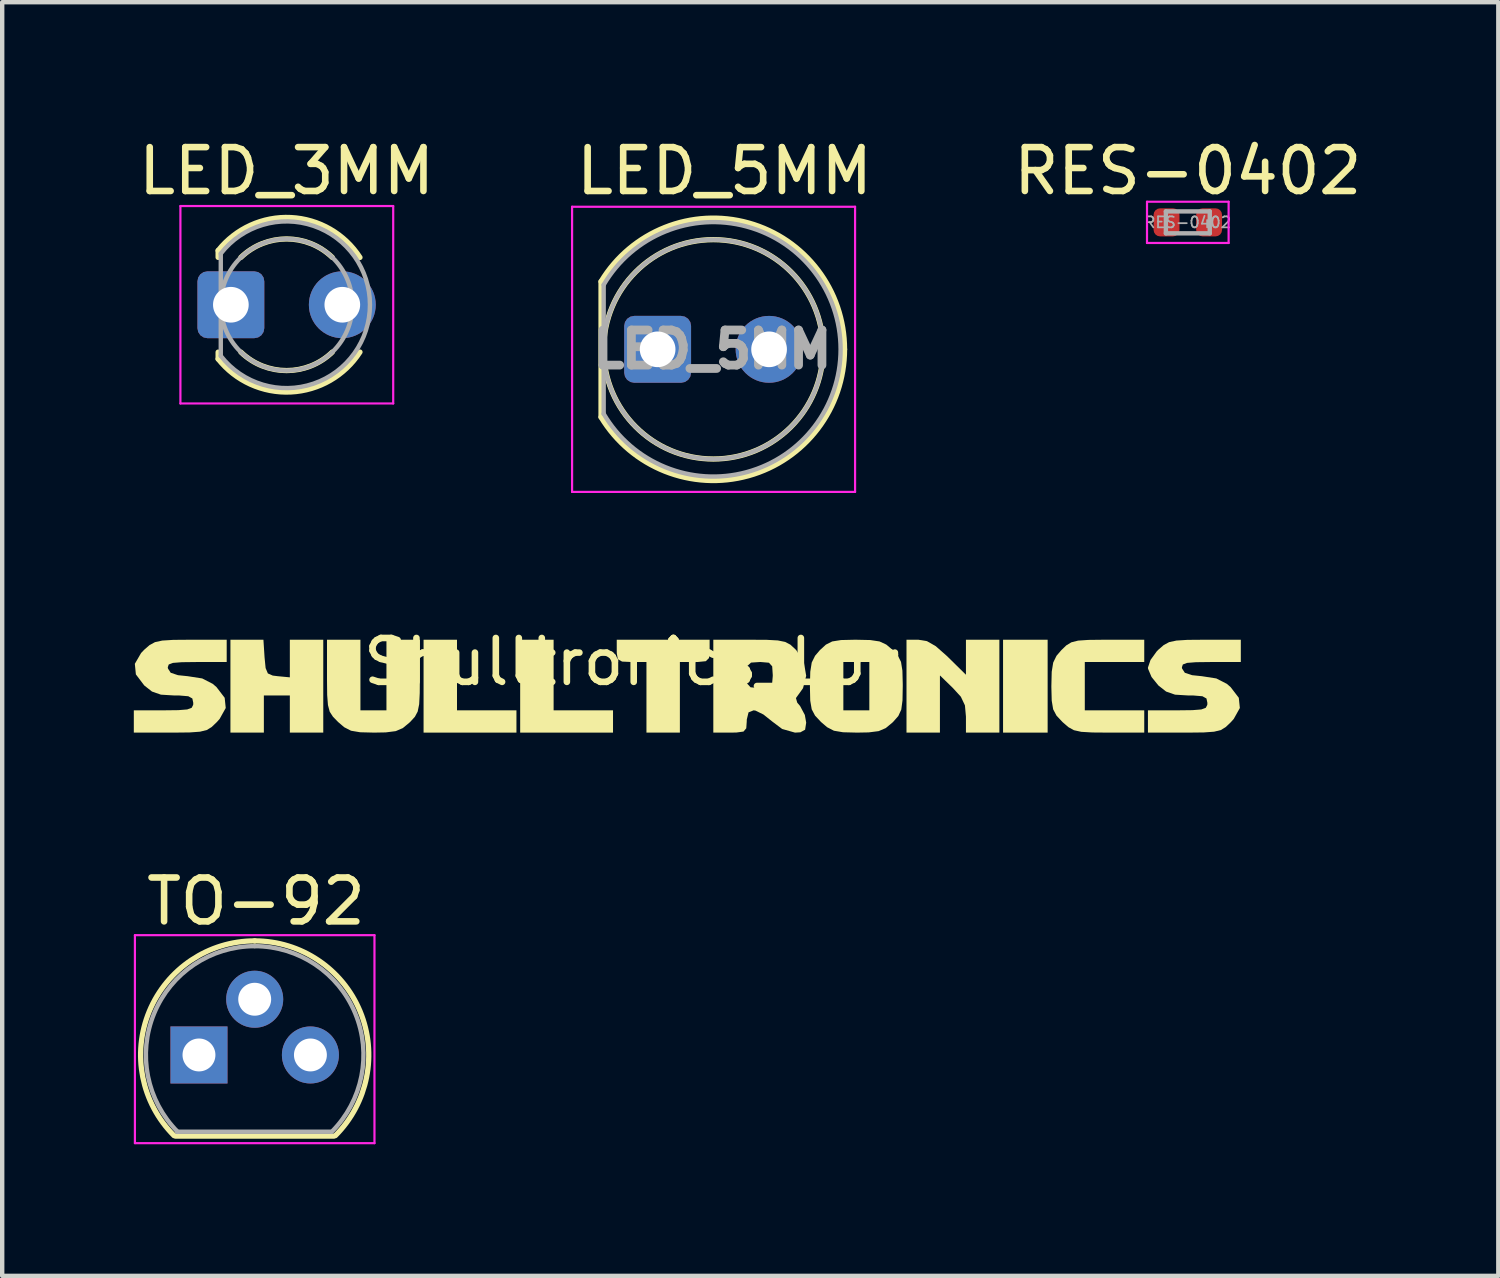
<source format=kicad_pcb>
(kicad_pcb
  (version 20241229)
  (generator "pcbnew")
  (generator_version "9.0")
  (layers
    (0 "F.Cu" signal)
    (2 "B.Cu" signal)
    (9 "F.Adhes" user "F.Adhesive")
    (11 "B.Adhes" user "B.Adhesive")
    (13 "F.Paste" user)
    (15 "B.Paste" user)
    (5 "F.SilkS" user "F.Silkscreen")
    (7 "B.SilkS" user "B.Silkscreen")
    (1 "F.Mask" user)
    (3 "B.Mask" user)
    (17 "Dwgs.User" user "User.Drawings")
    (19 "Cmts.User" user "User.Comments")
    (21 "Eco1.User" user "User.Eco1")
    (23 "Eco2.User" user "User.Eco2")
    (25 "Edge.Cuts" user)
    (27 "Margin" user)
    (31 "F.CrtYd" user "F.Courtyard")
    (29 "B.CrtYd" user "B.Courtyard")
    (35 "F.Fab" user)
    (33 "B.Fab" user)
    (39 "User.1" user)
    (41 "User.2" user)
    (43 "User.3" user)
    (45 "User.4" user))
  (footprint "LED_3MM"
    (layer "F.Cu")
    (at 2.212 3.896)
    (property "Reference" "LED_3MM" (at 1.27 -3.048 0) (layer "F.SilkS") (effects (font (size 1 1) (thickness 0.15))))
    (attr through_hole)
    (fp_line (start -0.29 -1.236) (end -0.29 -1.08) (stroke (width 0.12) (type solid)) (layer "F.SilkS"))
    (fp_line (start -0.29 1.08) (end -0.29 1.236) (stroke (width 0.12) (type solid)) (layer "F.SilkS"))
    (fp_arc (start -0.29 -1.235516) (mid 1.366487 -1.987659) (end 2.942335 -1.078608) (stroke (width 0.12) (type solid)) (layer "F.SilkS"))
    (fp_arc (start 0.229039 -1.08) (mid 1.270117 -1.5) (end 2.31113 -1.079837) (stroke (width 0.12) (type solid)) (layer "F.SilkS"))
    (fp_arc (start 2.31113 1.079837) (mid 1.270117 1.5) (end 0.229039 1.08) (stroke (width 0.12) (type solid)) (layer "F.SilkS"))
    (fp_arc (start 2.942335 1.078608) (mid 1.366487 1.987659) (end -0.29 1.235516) (stroke (width 0.12) (type solid)) (layer "F.SilkS"))
    (fp_line (start -1.15 -2.25) (end -1.15 2.25) (stroke (width 0.05) (type solid)) (layer "F.CrtYd"))
    (fp_line (start -1.15 2.25) (end 3.7 2.25) (stroke (width 0.05) (type solid)) (layer "F.CrtYd"))
    (fp_line (start 3.7 -2.25) (end -1.15 -2.25) (stroke (width 0.05) (type solid)) (layer "F.CrtYd"))
    (fp_line (start 3.7 2.25) (end 3.7 -2.25) (stroke (width 0.05) (type solid)) (layer "F.CrtYd"))
    (fp_line (start -0.23 -1.166) (end -0.23 1.166) (stroke (width 0.1) (type solid)) (layer "F.Fab"))
    (fp_arc (start -0.23 -1.16619) (mid 3.17 0.000452) (end -0.230555 1.165476) (stroke (width 0.1) (type solid)) (layer "F.Fab"))
    (fp_circle (center 1.27 0) (end 2.77 0) (stroke (width 0.1) (type solid)) (fill no) (layer "F.Fab"))
    (pad "1" thru_hole roundrect (at 0 0) (size 1.524 1.524) (drill 0.813) (layers "*.Cu" "*.Mask") (roundrect_rratio 0.15))
    (pad "2" thru_hole circle (at 2.54 0) (size 1.524 1.524) (drill 0.813) (layers "*.Cu" "*.Mask")))
  (footprint "Shulltronics_Logo"
    (layer "F.Cu")
    (at 11.87 12.536)
    (property "Reference" "Shulltronics_Logo" (at 0 -0.5 0) (unlocked yes) (layer "F.SilkS") (effects (font (size 1 1) (thickness 0.15))))
    (attr smd)
    (fp_poly (pts (xy 8.958 1.112) (xy 7.942 1.112) (xy 7.942 -1.005) (xy 8.958 -1.005)) (stroke (width 0) (type solid)) (fill yes) (layer "F.SilkS"))
    (fp_poly (pts (xy -4.504 0.604) (xy -3.149 0.604) (xy -3.149 1.112) (xy -5.266 1.112) (xy -5.266 -1.005) (xy -4.504 -1.005)) (stroke (width 0) (type solid)) (fill yes) (layer "F.SilkS"))
    (fp_poly (pts (xy -2.302 0.604) (xy -0.948 0.604) (xy -0.948 1.112) (xy -3.064 1.112) (xy -3.064 -1.005) (xy -2.302 -1.005)) (stroke (width 0) (type solid)) (fill yes) (layer "F.SilkS"))
    (fp_poly (pts (xy -8.89 -0.603) (xy -8.866 -0.359) (xy -8.815 -0.237) (xy -8.703 -0.188) (xy -8.589 -0.174) (xy -8.314 -0.148) (xy -8.314 -1.005) (xy -7.552 -1.005) (xy -7.552 1.112) (xy -8.314 1.112) (xy -8.314 0.265) (xy -8.906 0.265) (xy -8.906 1.112) (xy -9.668 1.112) (xy -9.668 -1.005) (xy -8.916 -1.005)) (stroke (width 0) (type solid)) (fill yes) (layer "F.SilkS"))
    (fp_poly (pts (xy 1.254 -0.751) (xy 1.24 -0.588) (xy 1.168 -0.516) (xy 0.988 -0.498) (xy 0.915 -0.497) (xy 0.576 -0.497) (xy 0.576 1.112) (xy -0.186 1.112) (xy -0.186 -0.497) (xy -0.524 -0.497) (xy -0.741 -0.507) (xy -0.838 -0.561) (xy -0.862 -0.697) (xy -0.863 -0.751) (xy -0.863 -1.005) (xy 1.254 -1.005)) (stroke (width 0) (type solid)) (fill yes) (layer "F.SilkS"))
    (fp_poly (pts (xy 6.207 -0.973) (xy 6.408 -0.858) (xy 6.661 -0.635) (xy 6.691 -0.606) (xy 7.096 -0.207) (xy 7.096 -1.005) (xy 7.858 -1.005) (xy 7.858 1.112) (xy 7.096 1.112) (xy 7.096 0.747) (xy 7.073 0.491) (xy 6.98 0.294) (xy 6.799 0.096) (xy 6.503 -0.192) (xy 6.503 1.112) (xy 5.741 1.112) (xy 5.741 -1.005) (xy 6.013 -1.005)) (stroke (width 0) (type solid)) (fill yes) (layer "F.SilkS"))
    (fp_poly (pts (xy -6.705 0.604) (xy -6.112 0.604) (xy -6.112 -1.005) (xy -5.35 -1.005) (xy -5.35 -0.174) (xy -5.353 0.21) (xy -5.366 0.465) (xy -5.4 0.632) (xy -5.463 0.75) (xy -5.564 0.861) (xy -5.588 0.884) (xy -5.739 1.009) (xy -5.9 1.078) (xy -6.127 1.107) (xy -6.393 1.112) (xy -6.712 1.104) (xy -6.919 1.069) (xy -7.075 0.989) (xy -7.214 0.87) (xy -7.331 0.75) (xy -7.405 0.636) (xy -7.445 0.485) (xy -7.463 0.256) (xy -7.467 -0.091) (xy -7.467 -0.189) (xy -7.467 -1.005) (xy -6.705 -1.005)) (stroke (width 0) (type solid)) (fill yes) (layer "F.SilkS"))
    (fp_poly (pts (xy 11.16 -0.497) (xy 9.805 -0.497) (xy 9.805 0.604) (xy 11.16 0.604) (xy 11.16 1.112) (xy 10.355 1.112) (xy 9.976 1.109) (xy 9.724 1.094) (xy 9.557 1.057) (xy 9.432 0.988) (xy 9.306 0.879) (xy 9.296 0.87) (xy 9.16 0.725) (xy 9.084 0.581) (xy 9.051 0.383) (xy 9.043 0.075) (xy 9.043 0.049) (xy 9.051 -0.275) (xy 9.085 -0.485) (xy 9.16 -0.639) (xy 9.271 -0.768) (xy 9.384 -0.877) (xy 9.498 -0.946) (xy 9.652 -0.985) (xy 9.887 -1.001) (xy 10.244 -1.005) (xy 10.329 -1.005) (xy 11.16 -1.005)) (stroke (width 0) (type solid)) (fill yes) (layer "F.SilkS"))
    (fp_poly (pts (xy 4.915 -0.998) (xy 5.127 -0.966) (xy 5.28 -0.895) (xy 5.419 -0.778) (xy 5.545 -0.641) (xy 5.616 -0.5) (xy 5.648 -0.301) (xy 5.656 0.008) (xy 5.656 0.053) (xy 5.65 0.379) (xy 5.622 0.588) (xy 5.555 0.733) (xy 5.437 0.867) (xy 5.419 0.884) (xy 5.268 1.009) (xy 5.107 1.078) (xy 4.88 1.107) (xy 4.614 1.112) (xy 4.295 1.104) (xy 4.087 1.069) (xy 3.932 0.989) (xy 3.793 0.87) (xy 3.657 0.725) (xy 3.593 0.604) (xy 4.302 0.604) (xy 4.894 0.604) (xy 4.894 -0.497) (xy 4.302 -0.497) (xy 4.302 0.604) (xy 3.593 0.604) (xy 3.581 0.581) (xy 3.547 0.383) (xy 3.54 0.075) (xy 3.54 0.049) (xy 3.548 -0.275) (xy 3.581 -0.485) (xy 3.657 -0.639) (xy 3.767 -0.768) (xy 3.905 -0.894) (xy 4.048 -0.966) (xy 4.25 -0.998) (xy 4.564 -1.005) (xy 4.588 -1.005)) (stroke (width 0) (type solid)) (fill yes) (layer "F.SilkS"))
    (fp_poly (pts (xy -9.753 -0.497) (xy -10.437 -0.497) (xy -10.776 -0.493) (xy -10.978 -0.477) (xy -11.074 -0.441) (xy -11.096 -0.377) (xy -11.092 -0.349) (xy -11.029 -0.252) (xy -10.863 -0.197) (xy -10.641 -0.174) (xy -10.312 -0.123) (xy -10.071 0.000497) (xy -9.986 0.074) (xy -9.799 0.318) (xy -9.775 0.551) (xy -9.914 0.8) (xy -9.98 0.874) (xy -10.094 0.983) (xy -10.207 1.053) (xy -10.362 1.091) (xy -10.597 1.108) (xy -10.954 1.112) (xy -11.039 1.112) (xy -11.87 1.112) (xy -11.87 0.604) (xy -11.192 0.604) (xy -10.855 0.6) (xy -10.653 0.584) (xy -10.551 0.546) (xy -10.517 0.479) (xy -10.515 0.434) (xy -10.536 0.334) (xy -10.628 0.283) (xy -10.831 0.266) (xy -10.955 0.265) (xy -11.252 0.247) (xy -11.456 0.176) (xy -11.632 0.037) (xy -11.823 -0.215) (xy -11.847 -0.456) (xy -11.704 -0.703) (xy -11.632 -0.778) (xy -11.511 -0.883) (xy -11.388 -0.95) (xy -11.222 -0.986) (xy -10.97 -1.002) (xy -10.592 -1.005) (xy -10.574 -1.005) (xy -9.753 -1.005)) (stroke (width 0) (type solid)) (fill yes) (layer "F.SilkS"))
    (fp_poly (pts (xy 13.361 -0.497) (xy 12.677 -0.497) (xy 12.338 -0.493) (xy 12.136 -0.477) (xy 12.04 -0.441) (xy 12.018 -0.377) (xy 12.022 -0.349) (xy 12.085 -0.252) (xy 12.251 -0.197) (xy 12.473 -0.174) (xy 12.802 -0.123) (xy 13.043 0.000497) (xy 13.128 0.074) (xy 13.315 0.318) (xy 13.339 0.551) (xy 13.2 0.8) (xy 13.134 0.874) (xy 13.02 0.983) (xy 12.907 1.053) (xy 12.752 1.091) (xy 12.517 1.108) (xy 12.16 1.112) (xy 12.075 1.112) (xy 11.244 1.112) (xy 11.244 0.604) (xy 11.922 0.604) (xy 12.259 0.6) (xy 12.461 0.584) (xy 12.563 0.546) (xy 12.597 0.479) (xy 12.599 0.434) (xy 12.578 0.334) (xy 12.486 0.283) (xy 12.283 0.266) (xy 12.159 0.265) (xy 11.862 0.247) (xy 11.658 0.176) (xy 11.482 0.037) (xy 11.326 -0.156) (xy 11.247 -0.342) (xy 11.244 -0.37) (xy 11.303 -0.544) (xy 11.447 -0.743) (xy 11.482 -0.778) (xy 11.603 -0.883) (xy 11.726 -0.95) (xy 11.892 -0.986) (xy 12.144 -1.002) (xy 12.522 -1.005) (xy 12.54 -1.005) (xy 13.361 -1.005)) (stroke (width 0) (type solid)) (fill yes) (layer "F.SilkS"))
    (fp_poly (pts (xy 2.554 -1.003) (xy 2.809 -0.989) (xy 2.976 -0.955) (xy 3.094 -0.893) (xy 3.204 -0.792) (xy 3.228 -0.768) (xy 3.402 -0.491) (xy 3.455 -0.183) (xy 3.383 0.099) (xy 3.315 0.195) (xy 3.221 0.324) (xy 3.251 0.429) (xy 3.315 0.504) (xy 3.424 0.709) (xy 3.455 0.885) (xy 3.43 1.046) (xy 3.322 1.105) (xy 3.2 1.112) (xy 2.907 1.029) (xy 2.68 0.858) (xy 2.48 0.699) (xy 2.301 0.611) (xy 2.257 0.604) (xy 2.141 0.65) (xy 2.101 0.814) (xy 2.1 0.858) (xy 2.089 1.014) (xy 2.026 1.088) (xy 1.863 1.11) (xy 1.719 1.112) (xy 1.338 1.112) (xy 1.338 -0.201) (xy 2.1 -0.201) (xy 2.113 -0.002) (xy 2.187 0.079) (xy 2.374 0.096) (xy 2.397 0.096) (xy 2.595 0.082) (xy 2.677 0.009) (xy 2.693 -0.178) (xy 2.693 -0.201) (xy 2.68 -0.399) (xy 2.606 -0.481) (xy 2.419 -0.497) (xy 2.397 -0.497) (xy 2.198 -0.484) (xy 2.117 -0.41) (xy 2.1 -0.223) (xy 2.1 -0.201) (xy 1.338 -0.201) (xy 1.338 -1.005) (xy 2.169 -1.005)) (stroke (width 0) (type solid)) (fill yes) (layer "F.SilkS")))
  (footprint "LED_5MM"
    (layer "F.Cu")
    (at 11.939 4.912)
    (property "Reference" "LED_5MM" (at 1.524 -4.064 0) (layer "F.SilkS") (effects (font (size 1 1) (thickness 0.15))))
    (attr through_hole)
    (fp_line (start -1.29 -1.545) (end -1.29 1.545) (stroke (width 0.12) (type solid)) (layer "F.SilkS"))
    (fp_arc (start -1.29 -1.54483) (mid 2.072002 -2.880433) (end 4.26 0.000462) (stroke (width 0.12) (type solid)) (layer "F.SilkS"))
    (fp_arc (start 4.26 -0.000462) (mid 2.072002 2.880433) (end -1.29 1.54483) (stroke (width 0.12) (type solid)) (layer "F.SilkS"))
    (fp_circle (center 1.27 0) (end 3.77 0) (stroke (width 0.12) (type solid)) (fill no) (layer "F.SilkS"))
    (fp_line (start -1.95 -3.25) (end -1.95 3.25) (stroke (width 0.05) (type solid)) (layer "F.CrtYd"))
    (fp_line (start -1.95 3.25) (end 4.5 3.25) (stroke (width 0.05) (type solid)) (layer "F.CrtYd"))
    (fp_line (start 4.5 -3.25) (end -1.95 -3.25) (stroke (width 0.05) (type solid)) (layer "F.CrtYd"))
    (fp_line (start 4.5 3.25) (end 4.5 -3.25) (stroke (width 0.05) (type solid)) (layer "F.CrtYd"))
    (fp_line (start -1.23 -1.47) (end -1.23 1.47) (stroke (width 0.1) (type solid)) (layer "F.Fab"))
    (fp_arc (start -1.23 -1.469694) (mid 4.17 0.000016) (end -1.230016 1.469666) (stroke (width 0.1) (type solid)) (layer "F.Fab"))
    (fp_circle (center 1.27 0) (end 3.77 0) (stroke (width 0.1) (type solid)) (fill no) (layer "F.Fab"))
    (fp_text user "${REFERENCE}" (at 1.25 0 0) (layer "F.Fab") (effects (font (size 0.8 0.8) (thickness 0.2))))
    (pad "1" thru_hole roundrect (at 0 0) (size 1.524 1.524) (drill 0.813) (layers "*.Cu" "*.Mask") (roundrect_rratio 0.15))
    (pad "2" thru_hole circle (at 2.54 0) (size 1.524 1.524) (drill 0.813) (layers "*.Cu" "*.Mask")))
  (footprint "RES-0402"
    (layer "F.Cu")
    (at 24.023 2.018)
    (property "Reference" "RES-0402" (at 0 -1.17 0) (layer "F.SilkS") (effects (font (size 1 1) (thickness 0.15))))
    (attr smd)
    (fp_line (start -0.93 -0.47) (end 0.93 -0.47) (stroke (width 0.05) (type solid)) (layer "F.CrtYd"))
    (fp_line (start -0.93 0.47) (end -0.93 -0.47) (stroke (width 0.05) (type solid)) (layer "F.CrtYd"))
    (fp_line (start 0.93 -0.47) (end 0.93 0.47) (stroke (width 0.05) (type solid)) (layer "F.CrtYd"))
    (fp_line (start 0.93 0.47) (end -0.93 0.47) (stroke (width 0.05) (type solid)) (layer "F.CrtYd"))
    (fp_line (start -0.5 -0.25) (end 0.5 -0.25) (stroke (width 0.1) (type solid)) (layer "F.Fab"))
    (fp_line (start -0.5 0.25) (end -0.5 -0.25) (stroke (width 0.1) (type solid)) (layer "F.Fab"))
    (fp_line (start 0.5 -0.25) (end 0.5 0.25) (stroke (width 0.1) (type solid)) (layer "F.Fab"))
    (fp_line (start 0.5 0.25) (end -0.5 0.25) (stroke (width 0.1) (type solid)) (layer "F.Fab"))
    (fp_text user "${REFERENCE}" (at 0 0 0) (layer "F.Fab") (effects (font (size 0.25 0.25) (thickness 0.04))))
    (pad "1" smd roundrect (at -0.485 0) (size 0.59 0.64) (layers "F.Cu" "F.Mask" "F.Paste") (roundrect_rratio 0.25))
    (pad "2" smd roundrect (at 0.485 0) (size 0.59 0.64) (layers "F.Cu" "F.Mask" "F.Paste") (roundrect_rratio 0.25)))
  (footprint "TO-92"
    (layer "F.Cu")
    (at 1.485 20.995)
    (property "Reference" "TO-92" (at 1.3 -3.5 0) (layer "F.SilkS") (effects (font (size 1 1) (thickness 0.15))))
    (attr through_hole)
    (fp_line (start -0.53 1.85) (end 3.07 1.85) (stroke (width 0.12) (type solid)) (layer "F.SilkS"))
    (fp_arc (start -0.568478 1.838478) (mid -1.132087 -0.994977) (end 1.27 -2.6) (stroke (width 0.12) (type solid)) (layer "F.SilkS"))
    (fp_arc (start 1.27 -2.6) (mid 3.672087 -0.994977) (end 3.108478 1.838478) (stroke (width 0.12) (type solid)) (layer "F.SilkS"))
    (fp_line (start -1.46 -2.73) (end -1.46 2.01) (stroke (width 0.05) (type solid)) (layer "F.CrtYd"))
    (fp_line (start -1.46 -2.73) (end 4 -2.73) (stroke (width 0.05) (type solid)) (layer "F.CrtYd"))
    (fp_line (start 4 2.01) (end -1.46 2.01) (stroke (width 0.05) (type solid)) (layer "F.CrtYd"))
    (fp_line (start 4 2.01) (end 4 -2.73) (stroke (width 0.05) (type solid)) (layer "F.CrtYd"))
    (fp_line (start -0.5 1.75) (end 3 1.75) (stroke (width 0.1) (type solid)) (layer "F.Fab"))
    (fp_arc (start -0.483625 1.753625) (mid -1.021221 -0.949055) (end 1.27 -2.48) (stroke (width 0.1) (type solid)) (layer "F.Fab"))
    (fp_arc (start 1.27 -2.48) (mid 3.561221 -0.949055) (end 3.023625 1.753625) (stroke (width 0.1) (type solid)) (layer "F.Fab"))
    (pad "1" thru_hole rect (at 0 0 90) (size 1.3 1.3) (drill 0.75) (layers "*.Cu" "*.Mask"))
    (pad "2" thru_hole circle (at 1.27 -1.27 90) (size 1.3 1.3) (drill 0.75) (layers "*.Cu" "*.Mask"))
    (pad "3" thru_hole circle (at 2.54 0 90) (size 1.3 1.3) (drill 0.75) (layers "*.Cu" "*.Mask")))
  (gr_rect
    (start -3 -3)
    (end 31.1 26.03)
    (stroke (width 0.1) (type default))
    (fill no)
    (layer "Edge.Cuts")))
</source>
